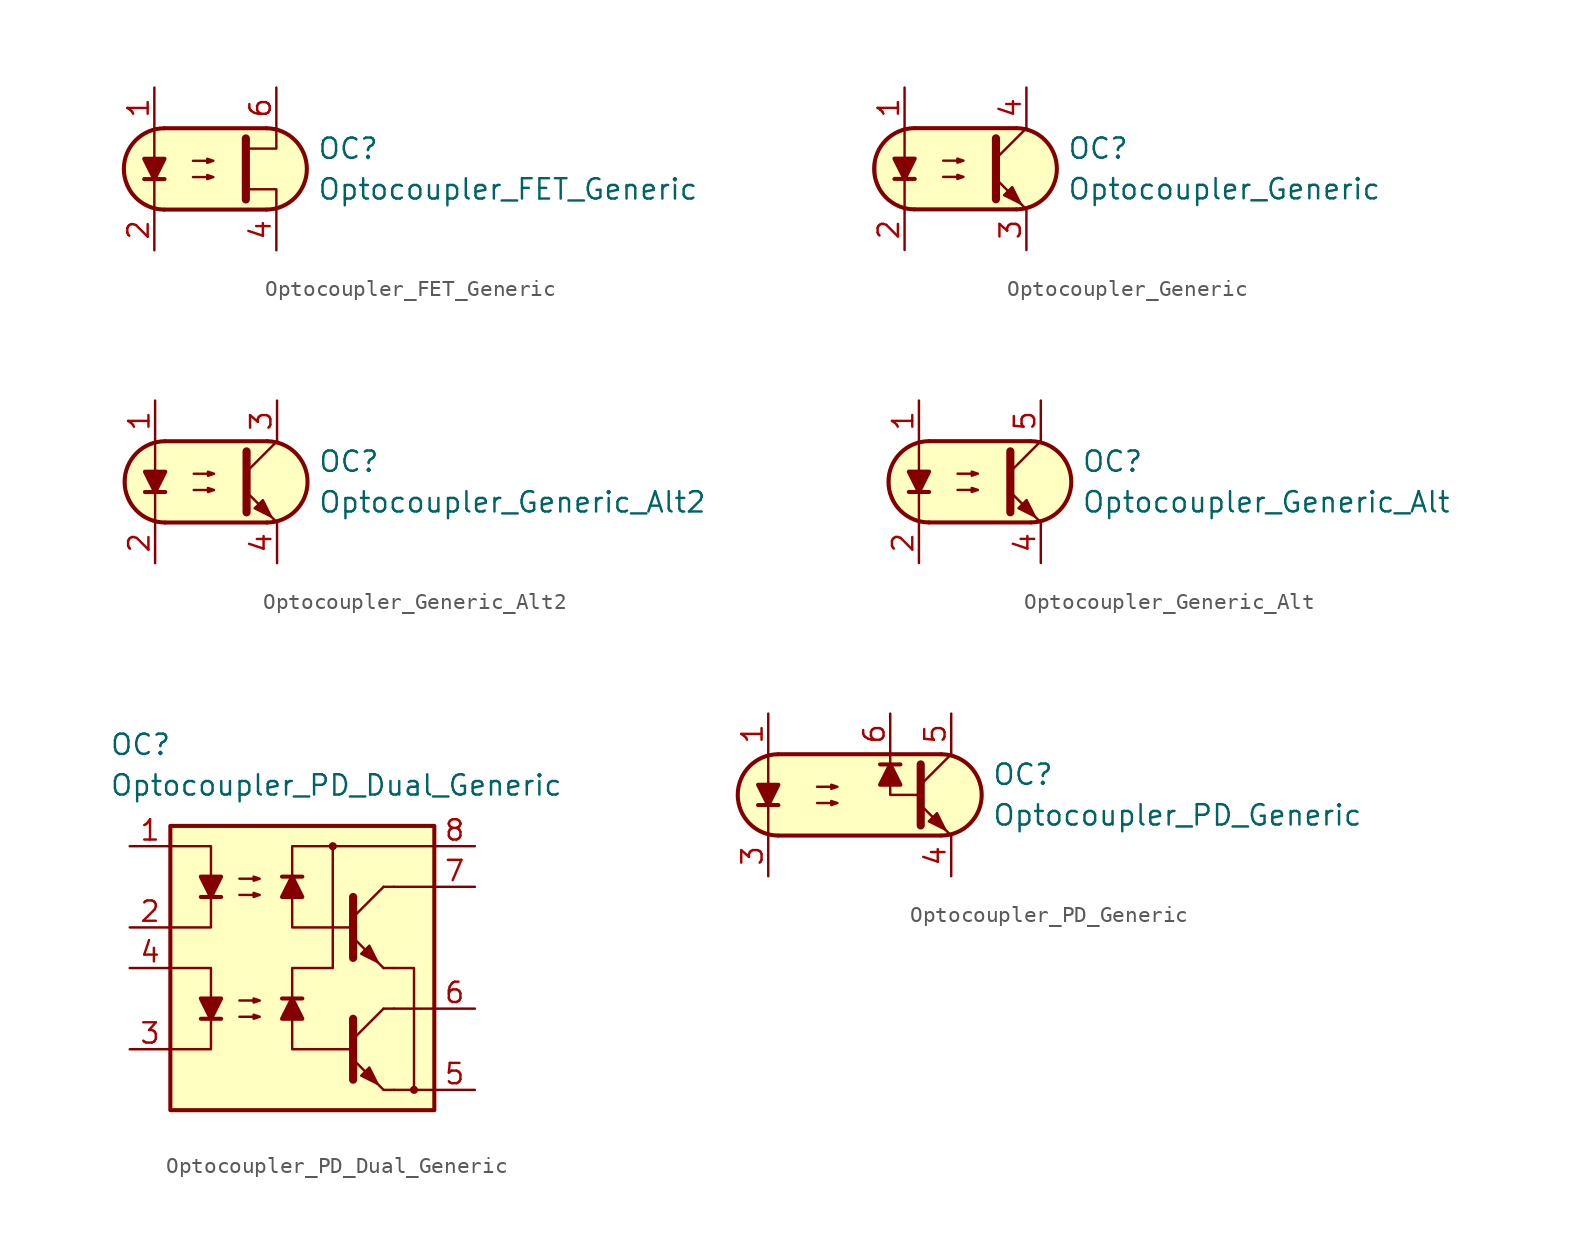
<source format=kicad_sym>
(kicad_symbol_lib
  (version 20231120)
  (generator "kicad_symbol_editor")
  (generator_version "8.0")
  (symbol "Optocoupler_FET_Generic"
    (pin_names
      (offset 1.016))
    (property "Reference" "OC"
      (at 6.35 1.27 0)
      (effects (font (size 1.27 1.27)) (justify left)))
    (property "Value" "Optocoupler_FET_Generic"
      (at 6.35 -1.27 0)
      (effects (font (size 1.27 1.27)) (justify left)))
    (symbol "Optocoupler_FET_Generic_0_1"
      (arc (start -3.1975 2.54) (mid -5.7151 0) (end -3.1975 -2.54) (stroke (width 0.254) (type default)) (fill (type none)))
      (polyline (pts (xy -4.445 -0.635) (xy -3.175 -0.635)) (stroke (width 0.254) (type default)) (fill (type none)))
      (polyline (pts (xy -3.175 2.54) (xy 3.175 2.54)) (stroke (width 0.254) (type default)) (fill (type none)))
      (polyline (pts (xy 3.175 -2.54) (xy -3.175 -2.54)) (stroke (width 0.254) (type default)) (fill (type none)))
      (polyline (pts (xy -3.81 -2.54) (xy -3.81 -1.27) (xy -3.81 2.54)) (stroke (width 0.152) (type default)) (fill (type none)))
      (polyline (pts (xy 1.905 -1.27) (xy 3.81 -1.27) (xy 3.81 -2.54)) (stroke (width 0.152) (type default)) (fill (type none)))
      (polyline (pts (xy 1.905 1.27) (xy 3.81 1.27) (xy 3.81 2.54)) (stroke (width 0.152) (type default)) (fill (type none)))
      (polyline (pts (xy 1.905 1.905) (xy 1.905 -1.905) (xy 1.905 -1.905)) (stroke (width 0.508) (type default)) (fill (type none)))
      (polyline (pts (xy -3.81 -0.635) (xy -4.445 0.635) (xy -3.175 0.635) (xy -3.81 -0.635)) (stroke (width 0.254) (type default)) (fill (type outline)))
      (polyline (pts (xy -1.397 -0.508) (xy -0.127 -0.508) (xy -0.508 -0.635) (xy -0.508 -0.381) (xy -0.127 -0.508)) (stroke (width 0) (type default)) (fill (type none)))
      (polyline (pts (xy -1.397 0.508) (xy -0.127 0.508) (xy -0.508 0.381) (xy -0.508 0.635) (xy -0.127 0.508)) (stroke (width 0) (type default)) (fill (type none)))
      (polyline (pts (xy -2.54 2.54) (xy 3.429 2.54) (xy 4.318 2.286) (xy 4.699 2.032) (xy 5.08 1.651) (xy 5.461 1.016) (xy 5.715 0.381) (xy 5.715 -0.381) (xy 5.461 -1.143) (xy 4.826 -1.905) (xy 4.191 -2.286) (xy 3.302 -2.54) (xy -3.81 -2.54) (xy -3.81 -2.54) (xy -4.572 -2.032) (xy -5.08 -1.778) (xy -5.588 -0.508) (xy -5.588 0.254) (xy -5.588 1.016) (xy -5.08 1.778) (xy -4.318 2.286) (xy -3.556 2.54) (xy -2.54 2.54)) (stroke (width 0.01) (type default)) (fill (type background)))
      (arc (start 3.1975 -2.54) (mid 5.7151 0) (end 3.1975 2.54) (stroke (width 0.254) (type default)) (fill (type none))))
    (symbol "Optocoupler_FET_Generic_1_1"
      (pin passive line (at -3.81 5.08 270) (length 2.54) (name "~" (effects (font (size 1.27 1.27)))) (number "1" (effects (font (size 1.27 1.27)))))
      (pin passive line (at -3.81 -5.08 90) (length 2.54) (name "~" (effects (font (size 1.27 1.27)))) (number "2" (effects (font (size 1.27 1.27)))))
      (pin free line (at -1.27 1.27 0) (length 2.54) hide (name "NC" (effects (font (size 1.27 1.27)))) (number "3" (effects (font (size 1.27 1.27)))))
      (pin passive line (at 3.81 -5.08 90) (length 2.54) (name "~" (effects (font (size 1.27 1.27)))) (number "4" (effects (font (size 1.27 1.27)))))
      (pin free line (at -1.27 -1.27 0) (length 2.54) hide (name "NC" (effects (font (size 1.27 1.27)))) (number "5" (effects (font (size 1.27 1.27)))))
      (pin passive line (at 3.81 5.08 270) (length 2.54) (name "~" (effects (font (size 1.27 1.27)))) (number "6" (effects (font (size 1.27 1.27)))))))
  (symbol "Optocoupler_Generic"
    (pin_names
      (offset 1.016))
    (property "Reference" "OC"
      (at 6.35 1.27 0)
      (effects (font (size 1.27 1.27)) (justify left)))
    (property "Value" "Optocoupler_Generic"
      (at 6.35 -1.27 0)
      (effects (font (size 1.27 1.27)) (justify left)))
    (symbol "Optocoupler_Generic_0_1"
      (arc (start -3.1975 2.54) (mid -5.7151 0) (end -3.1975 -2.54) (stroke (width 0.254) (type default)) (fill (type none)))
      (polyline (pts (xy -4.445 -0.635) (xy -3.175 -0.635)) (stroke (width 0.254) (type default)) (fill (type none)))
      (polyline (pts (xy -3.175 2.54) (xy 3.175 2.54)) (stroke (width 0.254) (type default)) (fill (type none)))
      (polyline (pts (xy 1.905 0.635) (xy 3.81 2.54)) (stroke (width 0) (type default)) (fill (type none)))
      (polyline (pts (xy 3.175 -2.54) (xy -3.175 -2.54)) (stroke (width 0.254) (type default)) (fill (type none)))
      (polyline (pts (xy 3.81 -2.54) (xy 1.905 -0.635)) (stroke (width 0) (type default)) (fill (type outline)))
      (polyline (pts (xy -3.81 -2.54) (xy -3.81 -1.27) (xy -3.81 2.54)) (stroke (width 0.152) (type default)) (fill (type none)))
      (polyline (pts (xy 1.905 1.905) (xy 1.905 -1.905) (xy 1.905 -1.905)) (stroke (width 0.508) (type default)) (fill (type none)))
      (polyline (pts (xy -3.81 -0.635) (xy -4.445 0.635) (xy -3.175 0.635) (xy -3.81 -0.635)) (stroke (width 0.254) (type default)) (fill (type outline)))
      (polyline (pts (xy -1.397 -0.508) (xy -0.127 -0.508) (xy -0.508 -0.635) (xy -0.508 -0.381) (xy -0.127 -0.508)) (stroke (width 0) (type default)) (fill (type none)))
      (polyline (pts (xy -1.397 0.508) (xy -0.127 0.508) (xy -0.508 0.381) (xy -0.508 0.635) (xy -0.127 0.508)) (stroke (width 0) (type default)) (fill (type none)))
      (polyline (pts (xy 2.413 -1.651) (xy 2.921 -1.143) (xy 3.429 -2.159) (xy 2.413 -1.651) (xy 2.413 -1.651)) (stroke (width 0) (type default)) (fill (type outline)))
      (polyline (pts (xy -2.54 2.54) (xy 3.429 2.54) (xy 4.318 2.286) (xy 4.699 2.032) (xy 5.08 1.651) (xy 5.461 1.016) (xy 5.715 0.381) (xy 5.715 -0.381) (xy 5.461 -1.143) (xy 4.826 -1.905) (xy 4.191 -2.286) (xy 3.302 -2.54) (xy -3.81 -2.54) (xy -3.81 -2.54) (xy -4.572 -2.032) (xy -5.08 -1.778) (xy -5.588 -0.508) (xy -5.588 0.254) (xy -5.588 1.016) (xy -5.08 1.778) (xy -4.318 2.286) (xy -3.556 2.54) (xy -2.54 2.54)) (stroke (width 0.01) (type default)) (fill (type background)))
      (arc (start 3.1975 -2.54) (mid 5.7151 0) (end 3.1975 2.54) (stroke (width 0.254) (type default)) (fill (type none))))
    (symbol "Optocoupler_Generic_1_1"
      (pin passive line (at -3.81 5.08 270) (length 2.54) (name "~" (effects (font (size 1.27 1.27)))) (number "1" (effects (font (size 1.27 1.27)))))
      (pin passive line (at -3.81 -5.08 90) (length 2.54) (name "~" (effects (font (size 1.27 1.27)))) (number "2" (effects (font (size 1.27 1.27)))))
      (pin passive line (at 3.81 -5.08 90) (length 2.54) (name "~" (effects (font (size 1.27 1.27)))) (number "3" (effects (font (size 1.27 1.27)))))
      (pin passive line (at 3.81 5.08 270) (length 2.54) (name "~" (effects (font (size 1.27 1.27)))) (number "4" (effects (font (size 1.27 1.27)))))))
  (symbol "Optocoupler_Generic_Alt2"
    (pin_names
      (offset 1.016))
    (property "Reference" "OC"
      (at 6.35 1.27 0)
      (effects (font (size 1.27 1.27)) (justify left)))
    (property "Value" "Optocoupler_Generic_Alt2"
      (at 6.35 -1.27 0)
      (effects (font (size 1.27 1.27)) (justify left)))
    (symbol "Optocoupler_Generic_Alt2_0_1"
      (arc (start -3.1975 2.54) (mid -5.7151 0) (end -3.1975 -2.54) (stroke (width 0.254) (type default)) (fill (type none)))
      (polyline (pts (xy -4.445 -0.635) (xy -3.175 -0.635)) (stroke (width 0.254) (type default)) (fill (type none)))
      (polyline (pts (xy -3.175 2.54) (xy 3.175 2.54)) (stroke (width 0.254) (type default)) (fill (type none)))
      (polyline (pts (xy 1.905 0.635) (xy 3.81 2.54)) (stroke (width 0) (type default)) (fill (type none)))
      (polyline (pts (xy 3.175 -2.54) (xy -3.175 -2.54)) (stroke (width 0.254) (type default)) (fill (type none)))
      (polyline (pts (xy 3.81 -2.54) (xy 1.905 -0.635)) (stroke (width 0) (type default)) (fill (type outline)))
      (polyline (pts (xy -3.81 -2.54) (xy -3.81 -1.27) (xy -3.81 2.54)) (stroke (width 0.152) (type default)) (fill (type none)))
      (polyline (pts (xy 1.905 1.905) (xy 1.905 -1.905) (xy 1.905 -1.905)) (stroke (width 0.508) (type default)) (fill (type none)))
      (polyline (pts (xy -3.81 -0.635) (xy -4.445 0.635) (xy -3.175 0.635) (xy -3.81 -0.635)) (stroke (width 0.254) (type default)) (fill (type outline)))
      (polyline (pts (xy -1.397 -0.508) (xy -0.127 -0.508) (xy -0.508 -0.635) (xy -0.508 -0.381) (xy -0.127 -0.508)) (stroke (width 0) (type default)) (fill (type none)))
      (polyline (pts (xy -1.397 0.508) (xy -0.127 0.508) (xy -0.508 0.381) (xy -0.508 0.635) (xy -0.127 0.508)) (stroke (width 0) (type default)) (fill (type none)))
      (polyline (pts (xy 2.413 -1.651) (xy 2.921 -1.143) (xy 3.429 -2.159) (xy 2.413 -1.651) (xy 2.413 -1.651)) (stroke (width 0) (type default)) (fill (type outline)))
      (polyline (pts (xy -2.54 2.54) (xy 3.429 2.54) (xy 4.318 2.286) (xy 4.699 2.032) (xy 5.08 1.651) (xy 5.461 1.016) (xy 5.715 0.381) (xy 5.715 -0.381) (xy 5.461 -1.143) (xy 4.826 -1.905) (xy 4.191 -2.286) (xy 3.302 -2.54) (xy -3.81 -2.54) (xy -3.81 -2.54) (xy -4.572 -2.032) (xy -5.08 -1.778) (xy -5.588 -0.508) (xy -5.588 0.254) (xy -5.588 1.016) (xy -5.08 1.778) (xy -4.318 2.286) (xy -3.556 2.54) (xy -2.54 2.54)) (stroke (width 0.01) (type default)) (fill (type background)))
      (arc (start 3.1975 -2.54) (mid 5.7151 0) (end 3.1975 2.54) (stroke (width 0.254) (type default)) (fill (type none))))
    (symbol "Optocoupler_Generic_Alt2_1_1"
      (pin passive line (at -3.81 5.08 270) (length 2.54) (name "~" (effects (font (size 1.27 1.27)))) (number "1" (effects (font (size 1.27 1.27)))))
      (pin passive line (at -3.81 -5.08 90) (length 2.54) (name "~" (effects (font (size 1.27 1.27)))) (number "2" (effects (font (size 1.27 1.27)))))
      (pin passive line (at 3.81 5.08 270) (length 2.54) (name "~" (effects (font (size 1.27 1.27)))) (number "3" (effects (font (size 1.27 1.27)))))
      (pin passive line (at 3.81 -5.08 90) (length 2.54) (name "~" (effects (font (size 1.27 1.27)))) (number "4" (effects (font (size 1.27 1.27)))))))
  (symbol "Optocoupler_Generic_Alt"
    (pin_names
      (offset 1.016))
    (property "Reference" "OC"
      (at 6.35 1.27 0)
      (effects (font (size 1.27 1.27)) (justify left)))
    (property "Value" "Optocoupler_Generic_Alt"
      (at 6.35 -1.27 0)
      (effects (font (size 1.27 1.27)) (justify left)))
    (symbol "Optocoupler_Generic_Alt_0_1"
      (arc (start -3.1975 2.54) (mid -5.7151 0) (end -3.1975 -2.54) (stroke (width 0.254) (type default)) (fill (type none)))
      (polyline (pts (xy -4.445 -0.635) (xy -3.175 -0.635)) (stroke (width 0.254) (type default)) (fill (type none)))
      (polyline (pts (xy -3.175 2.54) (xy 3.175 2.54)) (stroke (width 0.254) (type default)) (fill (type none)))
      (polyline (pts (xy 1.905 0.635) (xy 3.81 2.54)) (stroke (width 0) (type default)) (fill (type none)))
      (polyline (pts (xy 3.175 -2.54) (xy -3.175 -2.54)) (stroke (width 0.254) (type default)) (fill (type none)))
      (polyline (pts (xy 3.81 -2.54) (xy 1.905 -0.635)) (stroke (width 0) (type default)) (fill (type outline)))
      (polyline (pts (xy -3.81 -2.54) (xy -3.81 -1.27) (xy -3.81 2.54)) (stroke (width 0.152) (type default)) (fill (type none)))
      (polyline (pts (xy 1.905 1.905) (xy 1.905 -1.905) (xy 1.905 -1.905)) (stroke (width 0.508) (type default)) (fill (type none)))
      (polyline (pts (xy -3.81 -0.635) (xy -4.445 0.635) (xy -3.175 0.635) (xy -3.81 -0.635)) (stroke (width 0.254) (type default)) (fill (type outline)))
      (polyline (pts (xy -1.397 -0.508) (xy -0.127 -0.508) (xy -0.508 -0.635) (xy -0.508 -0.381) (xy -0.127 -0.508)) (stroke (width 0) (type default)) (fill (type none)))
      (polyline (pts (xy -1.397 0.508) (xy -0.127 0.508) (xy -0.508 0.381) (xy -0.508 0.635) (xy -0.127 0.508)) (stroke (width 0) (type default)) (fill (type none)))
      (polyline (pts (xy 2.413 -1.651) (xy 2.921 -1.143) (xy 3.429 -2.159) (xy 2.413 -1.651) (xy 2.413 -1.651)) (stroke (width 0) (type default)) (fill (type outline)))
      (polyline (pts (xy -2.54 2.54) (xy 3.429 2.54) (xy 4.318 2.286) (xy 4.699 2.032) (xy 5.08 1.651) (xy 5.461 1.016) (xy 5.715 0.381) (xy 5.715 -0.381) (xy 5.461 -1.143) (xy 4.826 -1.905) (xy 4.191 -2.286) (xy 3.302 -2.54) (xy -3.81 -2.54) (xy -3.81 -2.54) (xy -4.572 -2.032) (xy -5.08 -1.778) (xy -5.588 -0.508) (xy -5.588 0.254) (xy -5.588 1.016) (xy -5.08 1.778) (xy -4.318 2.286) (xy -3.556 2.54) (xy -2.54 2.54)) (stroke (width 0.01) (type default)) (fill (type background)))
      (arc (start 3.1975 -2.54) (mid 5.7151 0) (end 3.1975 2.54) (stroke (width 0.254) (type default)) (fill (type none))))
    (symbol "Optocoupler_Generic_Alt_1_1"
      (pin passive line (at -3.81 5.08 270) (length 2.54) (name "~" (effects (font (size 1.27 1.27)))) (number "1" (effects (font (size 1.27 1.27)))))
      (pin passive line (at -3.81 -5.08 90) (length 2.54) (name "~" (effects (font (size 1.27 1.27)))) (number "2" (effects (font (size 1.27 1.27)))))
      (pin free line (at -1.27 0 0) (length 2.54) hide (name "NC" (effects (font (size 1.27 1.27)))) (number "3" (effects (font (size 1.27 1.27)))))
      (pin passive line (at 3.81 -5.08 90) (length 2.54) (name "~" (effects (font (size 1.27 1.27)))) (number "4" (effects (font (size 1.27 1.27)))))
      (pin passive line (at 3.81 5.08 270) (length 2.54) (name "~" (effects (font (size 1.27 1.27)))) (number "5" (effects (font (size 1.27 1.27)))))))
  (symbol "Optocoupler_PD_Dual_Generic"
    (pin_names
      (offset 1.016))
    (property "Reference" "OC"
      (at -10.16 17.78 0)
      (effects (font (size 1.27 1.27)) (justify left)))
    (property "Value" "Optocoupler_PD_Dual_Generic"
      (at -10.16 15.24 0)
      (effects (font (size 1.27 1.27)) (justify left)))
    (symbol "Optocoupler_PD_Dual_Generic_0_0"
      (rectangle (start -6.35 12.7) (end 10.16 -5.08) (stroke (width 0.254) (type default)) (fill (type background)))
      (polyline (pts (xy 7.62 8.89) (xy 10.16 8.89)) (stroke (width 0) (type default)) (fill (type none)))
      (polyline (pts (xy 10.16 -3.81) (xy 7.62 -3.81)) (stroke (width 0) (type default)) (fill (type none)))
      (polyline (pts (xy 10.16 1.27) (xy 7.62 1.27)) (stroke (width 0) (type default)) (fill (type none)))
      (polyline (pts (xy 7.62 3.81) (xy 8.89 3.81) (xy 8.89 -3.81)) (stroke (width 0) (type default)) (fill (type none)))
      (polyline (pts (xy 5.08 6.35) (xy 1.27 6.35) (xy 1.27 11.43) (xy 10.16 11.43)) (stroke (width 0) (type default)) (fill (type none)))
      (polyline (pts (xy 5.08 -1.27) (xy 1.27 -1.27) (xy 1.27 3.81) (xy 3.81 3.81) (xy 3.81 11.43)) (stroke (width 0) (type default)) (fill (type none)))
      (circle (center 3.81 11.43) (radius 0.178) (stroke (width 0) (type default)) (fill (type outline))))
    (symbol "Optocoupler_PD_Dual_Generic_0_1"
      (polyline (pts (xy -4.445 0.635) (xy -3.175 0.635)) (stroke (width 0.254) (type default)) (fill (type none)))
      (polyline (pts (xy 5.08 -0.635) (xy 6.985 1.27)) (stroke (width 0) (type default)) (fill (type none)))
      (polyline (pts (xy 6.985 -3.81) (xy 5.08 -1.905)) (stroke (width 0) (type default)) (fill (type outline)))
      (polyline (pts (xy 6.985 -3.81) (xy 7.62 -3.81)) (stroke (width 0) (type default)) (fill (type none)))
      (polyline (pts (xy 6.985 1.27) (xy 7.62 1.27)) (stroke (width 0) (type default)) (fill (type none)))
      (polyline (pts (xy -6.35 3.81) (xy -3.81 3.81) (xy -3.81 0.635)) (stroke (width 0) (type default)) (fill (type none)))
      (polyline (pts (xy -3.81 0.635) (xy -3.81 -1.27) (xy -6.35 -1.27)) (stroke (width 0) (type default)) (fill (type none)))
      (polyline (pts (xy 5.08 0.635) (xy 5.08 -3.175) (xy 5.08 -3.175)) (stroke (width 0.508) (type default)) (fill (type none)))
      (polyline (pts (xy -3.81 0.635) (xy -4.445 1.905) (xy -3.175 1.905) (xy -3.81 0.635)) (stroke (width 0.254) (type default)) (fill (type outline)))
      (polyline (pts (xy -2.032 0.762) (xy -0.762 0.762) (xy -1.143 0.635) (xy -1.143 0.889) (xy -0.762 0.762)) (stroke (width 0) (type default)) (fill (type none)))
      (polyline (pts (xy -2.032 1.778) (xy -0.762 1.778) (xy -1.143 1.651) (xy -1.143 1.905) (xy -0.762 1.778)) (stroke (width 0) (type default)) (fill (type none)))
      (polyline (pts (xy 5.588 -2.921) (xy 6.096 -2.413) (xy 6.604 -3.429) (xy 5.588 -2.921) (xy 5.588 -2.921)) (stroke (width 0) (type default)) (fill (type outline))))
    (symbol "Optocoupler_PD_Dual_Generic_1_1"
      (polyline (pts (xy -4.445 8.255) (xy -3.175 8.255)) (stroke (width 0.254) (type default)) (fill (type none)))
      (polyline (pts (xy 1.905 1.905) (xy 0.635 1.905)) (stroke (width 0.254) (type default)) (fill (type none)))
      (polyline (pts (xy 1.905 9.525) (xy 0.635 9.525)) (stroke (width 0.254) (type default)) (fill (type none)))
      (polyline (pts (xy 5.08 6.985) (xy 6.985 8.89)) (stroke (width 0) (type default)) (fill (type none)))
      (polyline (pts (xy 6.985 3.81) (xy 5.08 5.715)) (stroke (width 0) (type default)) (fill (type outline)))
      (polyline (pts (xy 6.985 3.81) (xy 7.62 3.81)) (stroke (width 0) (type default)) (fill (type none)))
      (polyline (pts (xy 6.985 8.89) (xy 7.62 8.89)) (stroke (width 0) (type default)) (fill (type none)))
      (polyline (pts (xy -6.35 11.43) (xy -3.81 11.43) (xy -3.81 8.255)) (stroke (width 0) (type default)) (fill (type none)))
      (polyline (pts (xy -3.81 8.255) (xy -3.81 6.35) (xy -6.35 6.35)) (stroke (width 0) (type default)) (fill (type none)))
      (polyline (pts (xy 5.08 8.255) (xy 5.08 4.445) (xy 5.08 4.445)) (stroke (width 0.508) (type default)) (fill (type none)))
      (polyline (pts (xy -3.81 8.255) (xy -4.445 9.525) (xy -3.175 9.525) (xy -3.81 8.255)) (stroke (width 0.254) (type default)) (fill (type outline)))
      (polyline (pts (xy 1.27 1.905) (xy 1.905 0.635) (xy 0.635 0.635) (xy 1.27 1.905)) (stroke (width 0.254) (type default)) (fill (type outline)))
      (polyline (pts (xy 1.27 9.525) (xy 1.905 8.255) (xy 0.635 8.255) (xy 1.27 9.525)) (stroke (width 0.254) (type default)) (fill (type outline)))
      (polyline (pts (xy -2.032 8.382) (xy -0.762 8.382) (xy -1.143 8.255) (xy -1.143 8.509) (xy -0.762 8.382)) (stroke (width 0) (type default)) (fill (type none)))
      (polyline (pts (xy -2.032 9.398) (xy -0.762 9.398) (xy -1.143 9.271) (xy -1.143 9.525) (xy -0.762 9.398)) (stroke (width 0) (type default)) (fill (type none)))
      (polyline (pts (xy 5.588 4.699) (xy 6.096 5.207) (xy 6.604 4.191) (xy 5.588 4.699) (xy 5.588 4.699)) (stroke (width 0) (type default)) (fill (type outline)))
      (circle (center 8.89 -3.81) (radius 0.178) (stroke (width 0) (type default)) (fill (type outline)))
      (pin passive line (at -8.89 11.43 0) (length 2.54) (name "~" (effects (font (size 1.27 1.27)))) (number "1" (effects (font (size 1.27 1.27)))))
      (pin passive line (at -8.89 6.35 0) (length 2.54) (name "~" (effects (font (size 1.27 1.27)))) (number "2" (effects (font (size 1.27 1.27)))))
      (pin passive line (at -8.89 -1.27 0) (length 2.54) (name "~" (effects (font (size 1.27 1.27)))) (number "3" (effects (font (size 1.27 1.27)))))
      (pin passive line (at -8.89 3.81 0) (length 2.54) (name "~" (effects (font (size 1.27 1.27)))) (number "4" (effects (font (size 1.27 1.27)))))
      (pin passive line (at 12.7 -3.81 180) (length 2.54) (name "~" (effects (font (size 1.27 1.27)))) (number "5" (effects (font (size 1.27 1.27)))))
      (pin passive line (at 12.7 1.27 180) (length 2.54) (name "~" (effects (font (size 1.27 1.27)))) (number "6" (effects (font (size 1.27 1.27)))))
      (pin passive line (at 12.7 8.89 180) (length 2.54) (name "~" (effects (font (size 1.27 1.27)))) (number "7" (effects (font (size 1.27 1.27)))))
      (pin passive line (at 12.7 11.43 180) (length 2.54) (name "~" (effects (font (size 1.27 1.27)))) (number "8" (effects (font (size 1.27 1.27)))))))
  (symbol "Optocoupler_PD_Generic"
    (pin_names
      (offset 1.016))
    (property "Reference" "OC"
      (at 8.89 1.27 0)
      (effects (font (size 1.27 1.27)) (justify left)))
    (property "Value" "Optocoupler_PD_Generic"
      (at 8.89 -1.27 0)
      (effects (font (size 1.27 1.27)) (justify left)))
    (symbol "Optocoupler_PD_Generic_0_1"
      (arc (start -4.4675 2.54) (mid -6.9851 0) (end -4.4675 -2.54) (stroke (width 0.254) (type default)) (fill (type none)))
      (polyline (pts (xy -5.715 -0.635) (xy -4.445 -0.635)) (stroke (width 0.254) (type default)) (fill (type none)))
      (polyline (pts (xy -5.08 2.54) (xy -5.08 -2.54)) (stroke (width 0.152) (type default)) (fill (type none)))
      (polyline (pts (xy -4.445 2.54) (xy 5.715 2.54)) (stroke (width 0.254) (type default)) (fill (type none)))
      (polyline (pts (xy 4.445 0.635) (xy 6.35 2.54)) (stroke (width 0) (type default)) (fill (type none)))
      (polyline (pts (xy 5.715 -2.54) (xy -4.445 -2.54)) (stroke (width 0.254) (type default)) (fill (type none)))
      (polyline (pts (xy 6.35 -2.54) (xy 4.445 -0.635)) (stroke (width 0) (type default)) (fill (type outline)))
      (polyline (pts (xy 4.445 0) (xy 2.54 0) (xy 2.54 2.54)) (stroke (width 0.152) (type default)) (fill (type none)))
      (polyline (pts (xy 4.445 1.905) (xy 4.445 -1.905) (xy 4.445 -1.905)) (stroke (width 0.508) (type default)) (fill (type none)))
      (polyline (pts (xy -5.08 -0.635) (xy -5.715 0.635) (xy -4.445 0.635) (xy -5.08 -0.635)) (stroke (width 0.254) (type default)) (fill (type outline)))
      (polyline (pts (xy -2.032 -0.508) (xy -0.762 -0.508) (xy -1.143 -0.635) (xy -1.143 -0.381) (xy -0.762 -0.508)) (stroke (width 0) (type default)) (fill (type none)))
      (polyline (pts (xy -2.032 0.508) (xy -0.762 0.508) (xy -1.143 0.381) (xy -1.143 0.635) (xy -0.762 0.508)) (stroke (width 0) (type default)) (fill (type none)))
      (polyline (pts (xy 4.953 -1.651) (xy 5.461 -1.143) (xy 5.969 -2.159) (xy 4.953 -1.651) (xy 4.953 -1.651)) (stroke (width 0) (type default)) (fill (type outline)))
      (polyline (pts (xy -5.08 2.54) (xy 3.556 2.54) (xy 4.826 2.54) (xy 6.096 2.54) (xy 7.112 2.159) (xy 8.001 1.143) (xy 8.255 0.127) (xy 8.128 -0.762) (xy 7.747 -1.524) (xy 7.366 -1.905) (xy 6.858 -2.286) (xy 5.969 -2.54) (xy -4.699 -2.54) (xy -5.969 -2.032) (xy -6.731 -1.143) (xy -6.985 -0.127) (xy -6.858 0.889) (xy -6.223 1.778) (xy -5.461 2.286) (xy -4.445 2.54) (xy -4.318 2.54) (xy -4.191 2.54) (xy -5.08 2.54)) (stroke (width 0.01) (type default)) (fill (type background)))
      (arc (start 5.7375 -2.54) (mid 8.2551 0) (end 5.7375 2.54) (stroke (width 0.254) (type default)) (fill (type none))))
    (symbol "Optocoupler_PD_Generic_1_1"
      (polyline (pts (xy 3.175 1.905) (xy 1.905 1.905)) (stroke (width 0.254) (type default)) (fill (type none)))
      (polyline (pts (xy 2.54 1.905) (xy 3.175 0.635) (xy 1.905 0.635) (xy 2.54 1.905)) (stroke (width 0.254) (type default)) (fill (type outline)))
      (pin passive line (at -5.08 5.08 270) (length 2.54) (name "~" (effects (font (size 1.27 1.27)))) (number "1" (effects (font (size 1.27 1.27)))))
      (pin free line (at 0 0 0) (length 2.54) hide (name "NC" (effects (font (size 1.27 1.27)))) (number "2" (effects (font (size 1.27 1.27)))))
      (pin passive line (at -5.08 -5.08 90) (length 2.54) (name "~" (effects (font (size 1.27 1.27)))) (number "3" (effects (font (size 1.27 1.27)))))
      (pin passive line (at 6.35 -5.08 90) (length 2.54) (name "~" (effects (font (size 1.27 1.27)))) (number "4" (effects (font (size 1.27 1.27)))))
      (pin passive line (at 6.35 5.08 270) (length 2.54) (name "~" (effects (font (size 1.27 1.27)))) (number "5" (effects (font (size 1.27 1.27)))))
      (pin passive line (at 2.54 5.08 270) (length 2.54) (name "~" (effects (font (size 1.27 1.27)))) (number "6" (effects (font (size 1.27 1.27))))))))
</source>
